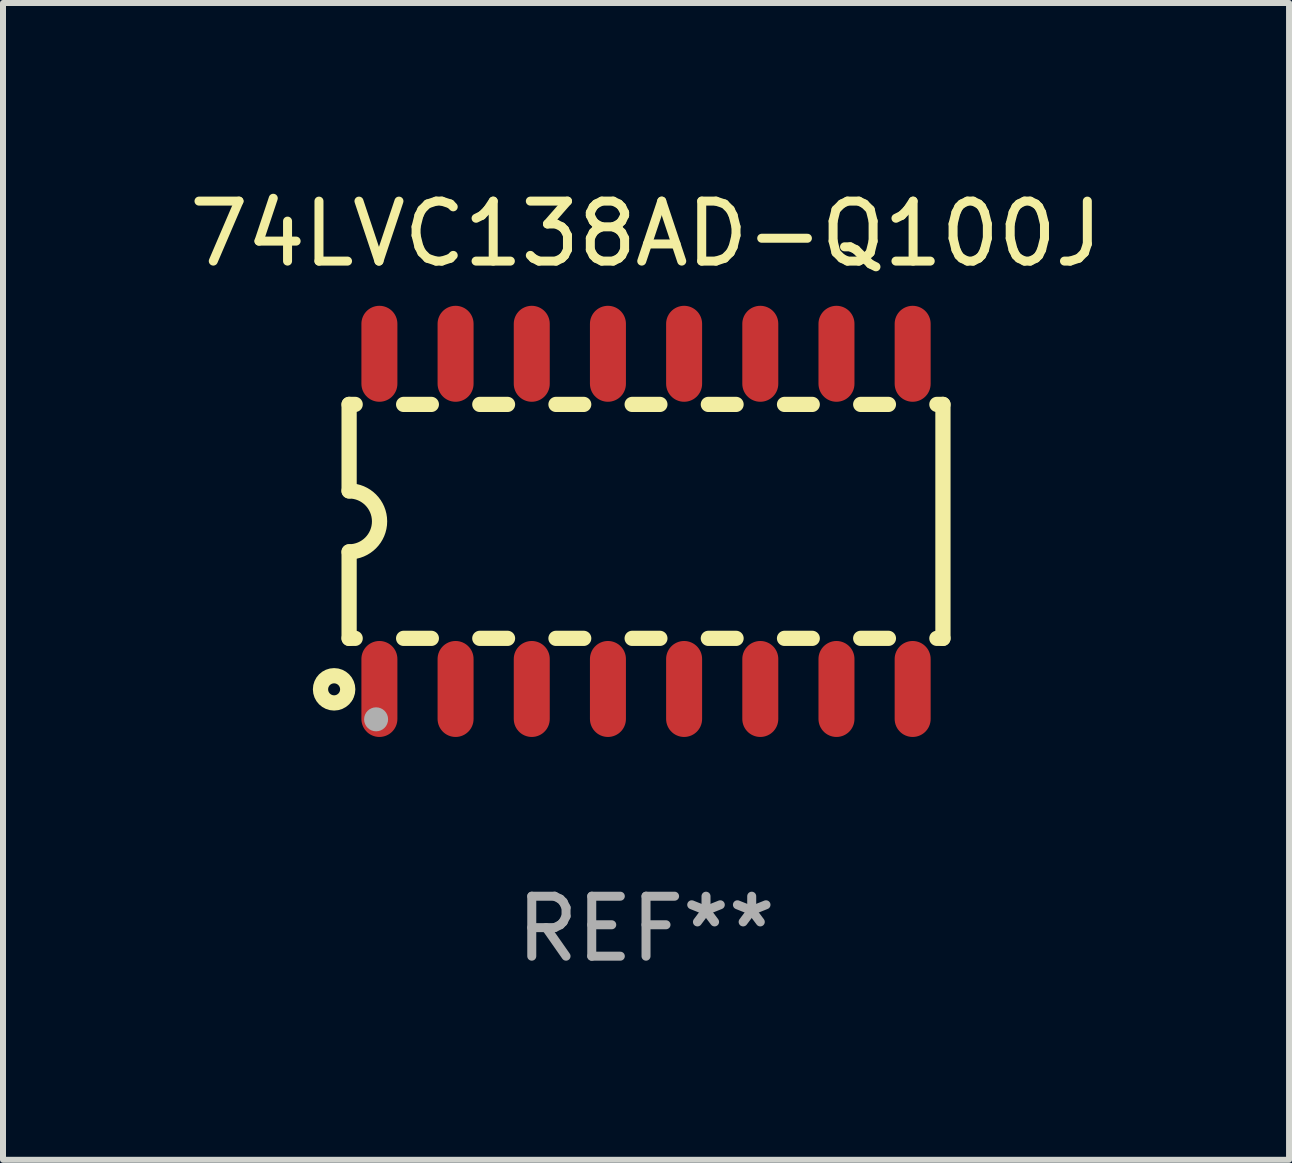
<source format=kicad_pcb>
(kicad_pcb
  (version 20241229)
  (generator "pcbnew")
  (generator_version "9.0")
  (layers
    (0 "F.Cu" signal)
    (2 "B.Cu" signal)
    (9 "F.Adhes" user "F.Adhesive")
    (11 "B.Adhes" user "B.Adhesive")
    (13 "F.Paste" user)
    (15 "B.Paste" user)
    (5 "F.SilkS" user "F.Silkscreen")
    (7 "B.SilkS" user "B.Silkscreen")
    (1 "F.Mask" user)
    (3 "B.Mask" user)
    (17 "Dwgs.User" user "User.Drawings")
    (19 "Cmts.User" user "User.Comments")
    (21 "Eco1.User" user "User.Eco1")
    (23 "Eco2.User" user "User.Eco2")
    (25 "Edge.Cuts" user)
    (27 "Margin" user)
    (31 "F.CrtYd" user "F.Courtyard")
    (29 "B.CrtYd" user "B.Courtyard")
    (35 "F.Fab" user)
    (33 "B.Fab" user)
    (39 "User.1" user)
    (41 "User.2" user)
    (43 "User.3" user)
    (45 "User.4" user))
  (footprint "74LVC138AD-Q100J"
    (layer "F.Cu")
    (at 7.72 5.642)
    (property "Reference" "74LVC138AD-Q100J" (at 0 -4.794 0) (layer "F.SilkS") (effects (font (size 1 1) (thickness 0.15))))
    (attr through_hole)
    (fp_line (start -4.95 -1.95) (end -4.95 -0.508) (stroke (width 0.254) (type solid)) (layer "F.SilkS"))
    (fp_line (start -4.95 -1.95) (end -4.849 -1.95) (stroke (width 0.254) (type solid)) (layer "F.SilkS"))
    (fp_line (start -4.95 1.95) (end -4.95 0.508) (stroke (width 0.254) (type solid)) (layer "F.SilkS"))
    (fp_line (start -4.95 1.95) (end -4.849 1.95) (stroke (width 0.254) (type solid)) (layer "F.SilkS"))
    (fp_line (start -4.041 -1.95) (end -3.579 -1.95) (stroke (width 0.254) (type solid)) (layer "F.SilkS"))
    (fp_line (start -4.041 1.95) (end -3.579 1.95) (stroke (width 0.254) (type solid)) (layer "F.SilkS"))
    (fp_line (start -2.771 -1.95) (end -2.309 -1.95) (stroke (width 0.254) (type solid)) (layer "F.SilkS"))
    (fp_line (start -2.771 1.95) (end -2.309 1.95) (stroke (width 0.254) (type solid)) (layer "F.SilkS"))
    (fp_line (start -1.501 -1.95) (end -1.039 -1.95) (stroke (width 0.254) (type solid)) (layer "F.SilkS"))
    (fp_line (start -1.501 1.95) (end -1.039 1.95) (stroke (width 0.254) (type solid)) (layer "F.SilkS"))
    (fp_line (start -0.231 -1.95) (end 0.231 -1.95) (stroke (width 0.254) (type solid)) (layer "F.SilkS"))
    (fp_line (start -0.231 1.95) (end 0.231 1.95) (stroke (width 0.254) (type solid)) (layer "F.SilkS"))
    (fp_line (start 1.039 -1.95) (end 1.501 -1.95) (stroke (width 0.254) (type solid)) (layer "F.SilkS"))
    (fp_line (start 1.039 1.95) (end 1.501 1.95) (stroke (width 0.254) (type solid)) (layer "F.SilkS"))
    (fp_line (start 2.309 -1.95) (end 2.771 -1.95) (stroke (width 0.254) (type solid)) (layer "F.SilkS"))
    (fp_line (start 2.309 1.95) (end 2.771 1.95) (stroke (width 0.254) (type solid)) (layer "F.SilkS"))
    (fp_line (start 3.579 -1.95) (end 4.041 -1.95) (stroke (width 0.254) (type solid)) (layer "F.SilkS"))
    (fp_line (start 3.579 1.95) (end 4.041 1.95) (stroke (width 0.254) (type solid)) (layer "F.SilkS"))
    (fp_line (start 4.849 -1.95) (end 4.95 -1.95) (stroke (width 0.254) (type solid)) (layer "F.SilkS"))
    (fp_line (start 4.849 1.95) (end 4.95 1.95) (stroke (width 0.254) (type solid)) (layer "F.SilkS"))
    (fp_line (start 4.95 -1.95) (end 4.95 1.95) (stroke (width 0.254) (type solid)) (layer "F.SilkS"))
    (fp_arc (start -4.95047 -0.508001) (mid -4.442469 -0.000228) (end -4.950013 0.508001) (stroke (width 0.254001) (type solid)) (layer "F.SilkS"))
    (fp_circle (center -5.2 2.8) (end -5.1 2.8) (stroke (width 0.254) (type solid)) (fill no) (layer "F.SilkS"))
    (fp_circle (center -4.95 2.947) (end -4.92 2.947) (stroke (width 0.06) (type solid)) (fill no) (layer "F.SilkS"))
    (fp_circle (center -4.5 3.3) (end -4.4 3.3) (stroke (width 0.2) (type solid)) (fill no) (layer "F.Fab"))
    (fp_text user "REF**" (at 0 6.794 0) (layer "F.Fab") (effects (font (size 1 1) (thickness 0.15))))
    (pad "1" smd oval (at -4.445 2.794) (size 0.6 1.6) (layers "F.Cu" "F.Mask" "F.Paste"))
    (pad "2" smd oval (at -3.175 2.794) (size 0.6 1.6) (layers "F.Cu" "F.Mask" "F.Paste"))
    (pad "3" smd oval (at -1.905 2.794) (size 0.6 1.6) (layers "F.Cu" "F.Mask" "F.Paste"))
    (pad "4" smd oval (at -0.635 2.794) (size 0.6 1.6) (layers "F.Cu" "F.Mask" "F.Paste"))
    (pad "5" smd oval (at 0.635 2.794) (size 0.6 1.6) (layers "F.Cu" "F.Mask" "F.Paste"))
    (pad "6" smd oval (at 1.905 2.794) (size 0.6 1.6) (layers "F.Cu" "F.Mask" "F.Paste"))
    (pad "7" smd oval (at 3.175 2.794) (size 0.6 1.6) (layers "F.Cu" "F.Mask" "F.Paste"))
    (pad "8" smd oval (at 4.445 2.794) (size 0.6 1.6) (layers "F.Cu" "F.Mask" "F.Paste"))
    (pad "9" smd oval (at 4.445 -2.794) (size 0.6 1.6) (layers "F.Cu" "F.Mask" "F.Paste"))
    (pad "10" smd oval (at 3.175 -2.794) (size 0.6 1.6) (layers "F.Cu" "F.Mask" "F.Paste"))
    (pad "11" smd oval (at 1.905 -2.794) (size 0.6 1.6) (layers "F.Cu" "F.Mask" "F.Paste"))
    (pad "12" smd oval (at 0.635 -2.794) (size 0.6 1.6) (layers "F.Cu" "F.Mask" "F.Paste"))
    (pad "13" smd oval (at -0.635 -2.794) (size 0.6 1.6) (layers "F.Cu" "F.Mask" "F.Paste"))
    (pad "14" smd oval (at -1.905 -2.794) (size 0.6 1.6) (layers "F.Cu" "F.Mask" "F.Paste"))
    (pad "15" smd oval (at -3.175 -2.794) (size 0.6 1.6) (layers "F.Cu" "F.Mask" "F.Paste"))
    (pad "16" smd oval (at -4.445 -2.794) (size 0.6 1.6) (layers "F.Cu" "F.Mask" "F.Paste")))
  (gr_rect
    (start -3 -3)
    (end 18.44 16.285)
    (stroke (width 0.1) (type default))
    (fill no)
    (layer "Edge.Cuts")))
</source>
